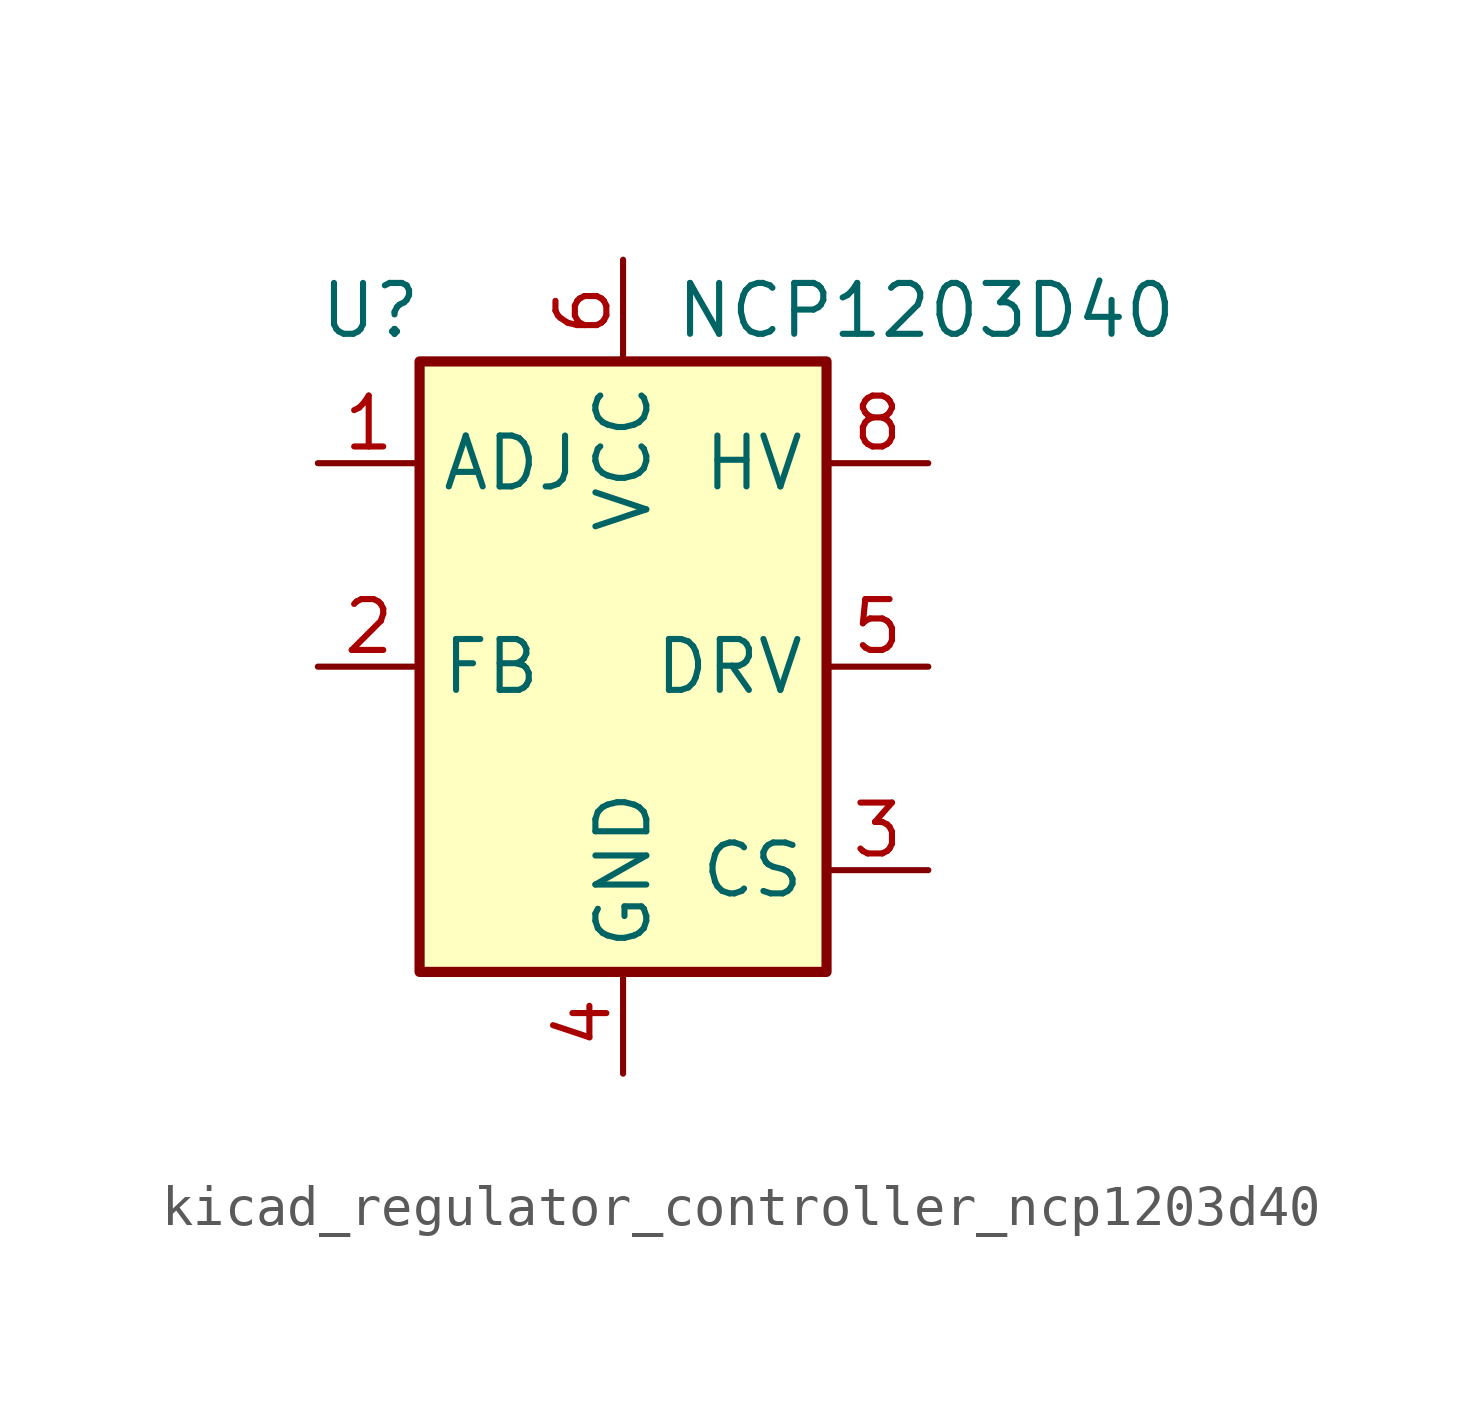
<source format=kicad_sym>
(kicad_symbol_lib
  (version 20220914)
  (generator kicad_symbol_editor)
  (symbol "kicad_regulator_controller_ncp1203d40"
    (property "Reference" "U"
      (at -7.62 8.89 0)
      (effects (font (size 1.27 1.27)) (justify left)))
    (property "Value" "NCP1203D40"
      (at 1.27 8.89 0)
      (effects (font (size 1.27 1.27)) (justify left)))
    (symbol "kicad_regulator_controller_ncp1203d40_0_0"
      (rectangle (start -5.08 7.62) (end 5.08 -7.62) (stroke (width 0.254) (type default)) (fill (type background))))
    (symbol "kicad_regulator_controller_ncp1203d40_1_1"
      (pin input line (at -7.62 5.08 0) (length 2.54) (name "ADJ" (effects (font (size 1.27 1.27)))) (number "1" (effects (font (size 1.27 1.27)))))
      (pin input line (at -7.62 0 0) (length 2.54) (name "FB" (effects (font (size 1.27 1.27)))) (number "2" (effects (font (size 1.27 1.27)))))
      (pin input line (at 7.62 -5.08 180) (length 2.54) (name "CS" (effects (font (size 1.27 1.27)))) (number "3" (effects (font (size 1.27 1.27)))))
      (pin power_in line (at 0 -10.16 90) (length 2.54) (name "GND" (effects (font (size 1.27 1.27)))) (number "4" (effects (font (size 1.27 1.27)))))
      (pin output line (at 7.62 0 180) (length 2.54) (name "DRV" (effects (font (size 1.27 1.27)))) (number "5" (effects (font (size 1.27 1.27)))))
      (pin power_in line (at 0 10.16 270) (length 2.54) (name "VCC" (effects (font (size 1.27 1.27)))) (number "6" (effects (font (size 1.27 1.27)))))
      (pin no_connect line (at -5.08 2.54 0) (length 2.54) hide (name "NC" (effects (font (size 1.27 1.27)))) (number "7" (effects (font (size 1.27 1.27)))))
      (pin input line (at 7.62 5.08 180) (length 2.54) (name "HV" (effects (font (size 1.27 1.27)))) (number "8" (effects (font (size 1.27 1.27))))))))
</source>
